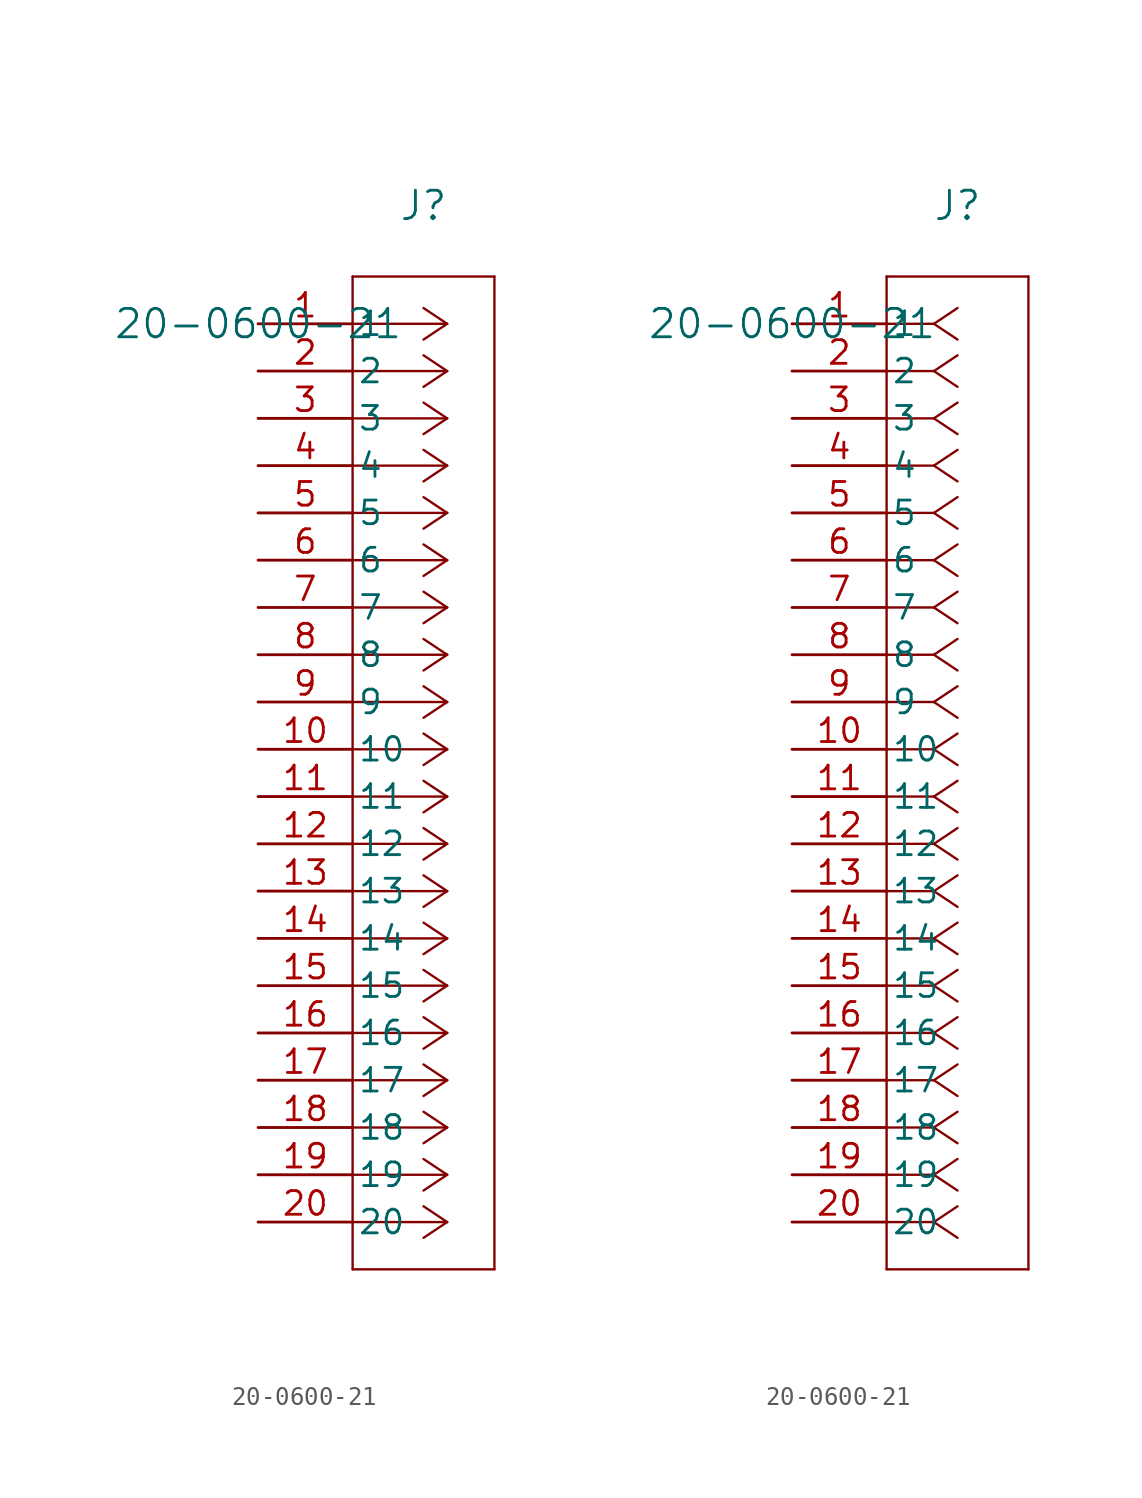
<source format=kicad_sym>
(kicad_symbol_lib
  (version 20211014)
  (generator kicad_symbol_editor)
  (symbol "20-0600-21"
    (pin_names
      (offset 0.254))
    (property "Reference" "J"
      (at 8.89 6.35 0)
      (effects (font (size 1.524 1.524))))
    (property "Value" "20-0600-21"
      (at 0 0 0)
      (effects (font (size 1.524 1.524))))
    (symbol "20-0600-21_1_1"
      (polyline (pts (xy 10.16 0) (xy 5.08 0)) (stroke (width 0.127) (type default) (color 0 0 0 0)) (fill (type none)))
      (polyline (pts (xy 10.16 -2.54) (xy 5.08 -2.54)) (stroke (width 0.127) (type default) (color 0 0 0 0)) (fill (type none)))
      (polyline (pts (xy 10.16 -5.08) (xy 5.08 -5.08)) (stroke (width 0.127) (type default) (color 0 0 0 0)) (fill (type none)))
      (polyline (pts (xy 10.16 -7.62) (xy 5.08 -7.62)) (stroke (width 0.127) (type default) (color 0 0 0 0)) (fill (type none)))
      (polyline (pts (xy 10.16 -10.16) (xy 5.08 -10.16)) (stroke (width 0.127) (type default) (color 0 0 0 0)) (fill (type none)))
      (polyline (pts (xy 10.16 -12.7) (xy 5.08 -12.7)) (stroke (width 0.127) (type default) (color 0 0 0 0)) (fill (type none)))
      (polyline (pts (xy 10.16 -15.24) (xy 5.08 -15.24)) (stroke (width 0.127) (type default) (color 0 0 0 0)) (fill (type none)))
      (polyline (pts (xy 10.16 -17.78) (xy 5.08 -17.78)) (stroke (width 0.127) (type default) (color 0 0 0 0)) (fill (type none)))
      (polyline (pts (xy 10.16 -20.32) (xy 5.08 -20.32)) (stroke (width 0.127) (type default) (color 0 0 0 0)) (fill (type none)))
      (polyline (pts (xy 10.16 -22.86) (xy 5.08 -22.86)) (stroke (width 0.127) (type default) (color 0 0 0 0)) (fill (type none)))
      (polyline (pts (xy 10.16 -25.4) (xy 5.08 -25.4)) (stroke (width 0.127) (type default) (color 0 0 0 0)) (fill (type none)))
      (polyline (pts (xy 10.16 -27.94) (xy 5.08 -27.94)) (stroke (width 0.127) (type default) (color 0 0 0 0)) (fill (type none)))
      (polyline (pts (xy 10.16 -30.48) (xy 5.08 -30.48)) (stroke (width 0.127) (type default) (color 0 0 0 0)) (fill (type none)))
      (polyline (pts (xy 10.16 -33.02) (xy 5.08 -33.02)) (stroke (width 0.127) (type default) (color 0 0 0 0)) (fill (type none)))
      (polyline (pts (xy 10.16 -35.56) (xy 5.08 -35.56)) (stroke (width 0.127) (type default) (color 0 0 0 0)) (fill (type none)))
      (polyline (pts (xy 10.16 -38.1) (xy 5.08 -38.1)) (stroke (width 0.127) (type default) (color 0 0 0 0)) (fill (type none)))
      (polyline (pts (xy 10.16 -40.64) (xy 5.08 -40.64)) (stroke (width 0.127) (type default) (color 0 0 0 0)) (fill (type none)))
      (polyline (pts (xy 10.16 -43.18) (xy 5.08 -43.18)) (stroke (width 0.127) (type default) (color 0 0 0 0)) (fill (type none)))
      (polyline (pts (xy 10.16 -45.72) (xy 5.08 -45.72)) (stroke (width 0.127) (type default) (color 0 0 0 0)) (fill (type none)))
      (polyline (pts (xy 10.16 -48.26) (xy 5.08 -48.26)) (stroke (width 0.127) (type default) (color 0 0 0 0)) (fill (type none)))
      (polyline (pts (xy 10.16 0) (xy 8.89 0.847)) (stroke (width 0.127) (type default) (color 0 0 0 0)) (fill (type none)))
      (polyline (pts (xy 10.16 -2.54) (xy 8.89 -1.693)) (stroke (width 0.127) (type default) (color 0 0 0 0)) (fill (type none)))
      (polyline (pts (xy 10.16 -5.08) (xy 8.89 -4.233)) (stroke (width 0.127) (type default) (color 0 0 0 0)) (fill (type none)))
      (polyline (pts (xy 10.16 -7.62) (xy 8.89 -6.773)) (stroke (width 0.127) (type default) (color 0 0 0 0)) (fill (type none)))
      (polyline (pts (xy 10.16 -10.16) (xy 8.89 -9.313)) (stroke (width 0.127) (type default) (color 0 0 0 0)) (fill (type none)))
      (polyline (pts (xy 10.16 -12.7) (xy 8.89 -11.853)) (stroke (width 0.127) (type default) (color 0 0 0 0)) (fill (type none)))
      (polyline (pts (xy 10.16 -15.24) (xy 8.89 -14.393)) (stroke (width 0.127) (type default) (color 0 0 0 0)) (fill (type none)))
      (polyline (pts (xy 10.16 -17.78) (xy 8.89 -16.933)) (stroke (width 0.127) (type default) (color 0 0 0 0)) (fill (type none)))
      (polyline (pts (xy 10.16 -20.32) (xy 8.89 -19.473)) (stroke (width 0.127) (type default) (color 0 0 0 0)) (fill (type none)))
      (polyline (pts (xy 10.16 -22.86) (xy 8.89 -22.013)) (stroke (width 0.127) (type default) (color 0 0 0 0)) (fill (type none)))
      (polyline (pts (xy 10.16 -25.4) (xy 8.89 -24.553)) (stroke (width 0.127) (type default) (color 0 0 0 0)) (fill (type none)))
      (polyline (pts (xy 10.16 -27.94) (xy 8.89 -27.093)) (stroke (width 0.127) (type default) (color 0 0 0 0)) (fill (type none)))
      (polyline (pts (xy 10.16 -30.48) (xy 8.89 -29.633)) (stroke (width 0.127) (type default) (color 0 0 0 0)) (fill (type none)))
      (polyline (pts (xy 10.16 -33.02) (xy 8.89 -32.173)) (stroke (width 0.127) (type default) (color 0 0 0 0)) (fill (type none)))
      (polyline (pts (xy 10.16 -35.56) (xy 8.89 -34.713)) (stroke (width 0.127) (type default) (color 0 0 0 0)) (fill (type none)))
      (polyline (pts (xy 10.16 -38.1) (xy 8.89 -37.253)) (stroke (width 0.127) (type default) (color 0 0 0 0)) (fill (type none)))
      (polyline (pts (xy 10.16 -40.64) (xy 8.89 -39.793)) (stroke (width 0.127) (type default) (color 0 0 0 0)) (fill (type none)))
      (polyline (pts (xy 10.16 -43.18) (xy 8.89 -42.333)) (stroke (width 0.127) (type default) (color 0 0 0 0)) (fill (type none)))
      (polyline (pts (xy 10.16 -45.72) (xy 8.89 -44.873)) (stroke (width 0.127) (type default) (color 0 0 0 0)) (fill (type none)))
      (polyline (pts (xy 10.16 -48.26) (xy 8.89 -47.413)) (stroke (width 0.127) (type default) (color 0 0 0 0)) (fill (type none)))
      (polyline (pts (xy 10.16 0) (xy 8.89 -0.847)) (stroke (width 0.127) (type default) (color 0 0 0 0)) (fill (type none)))
      (polyline (pts (xy 10.16 -2.54) (xy 8.89 -3.387)) (stroke (width 0.127) (type default) (color 0 0 0 0)) (fill (type none)))
      (polyline (pts (xy 10.16 -5.08) (xy 8.89 -5.927)) (stroke (width 0.127) (type default) (color 0 0 0 0)) (fill (type none)))
      (polyline (pts (xy 10.16 -7.62) (xy 8.89 -8.467)) (stroke (width 0.127) (type default) (color 0 0 0 0)) (fill (type none)))
      (polyline (pts (xy 10.16 -10.16) (xy 8.89 -11.007)) (stroke (width 0.127) (type default) (color 0 0 0 0)) (fill (type none)))
      (polyline (pts (xy 10.16 -12.7) (xy 8.89 -13.547)) (stroke (width 0.127) (type default) (color 0 0 0 0)) (fill (type none)))
      (polyline (pts (xy 10.16 -15.24) (xy 8.89 -16.087)) (stroke (width 0.127) (type default) (color 0 0 0 0)) (fill (type none)))
      (polyline (pts (xy 10.16 -17.78) (xy 8.89 -18.627)) (stroke (width 0.127) (type default) (color 0 0 0 0)) (fill (type none)))
      (polyline (pts (xy 10.16 -20.32) (xy 8.89 -21.167)) (stroke (width 0.127) (type default) (color 0 0 0 0)) (fill (type none)))
      (polyline (pts (xy 10.16 -22.86) (xy 8.89 -23.707)) (stroke (width 0.127) (type default) (color 0 0 0 0)) (fill (type none)))
      (polyline (pts (xy 10.16 -25.4) (xy 8.89 -26.247)) (stroke (width 0.127) (type default) (color 0 0 0 0)) (fill (type none)))
      (polyline (pts (xy 10.16 -27.94) (xy 8.89 -28.787)) (stroke (width 0.127) (type default) (color 0 0 0 0)) (fill (type none)))
      (polyline (pts (xy 10.16 -30.48) (xy 8.89 -31.327)) (stroke (width 0.127) (type default) (color 0 0 0 0)) (fill (type none)))
      (polyline (pts (xy 10.16 -33.02) (xy 8.89 -33.867)) (stroke (width 0.127) (type default) (color 0 0 0 0)) (fill (type none)))
      (polyline (pts (xy 10.16 -35.56) (xy 8.89 -36.407)) (stroke (width 0.127) (type default) (color 0 0 0 0)) (fill (type none)))
      (polyline (pts (xy 10.16 -38.1) (xy 8.89 -38.947)) (stroke (width 0.127) (type default) (color 0 0 0 0)) (fill (type none)))
      (polyline (pts (xy 10.16 -40.64) (xy 8.89 -41.487)) (stroke (width 0.127) (type default) (color 0 0 0 0)) (fill (type none)))
      (polyline (pts (xy 10.16 -43.18) (xy 8.89 -44.027)) (stroke (width 0.127) (type default) (color 0 0 0 0)) (fill (type none)))
      (polyline (pts (xy 10.16 -45.72) (xy 8.89 -46.567)) (stroke (width 0.127) (type default) (color 0 0 0 0)) (fill (type none)))
      (polyline (pts (xy 10.16 -48.26) (xy 8.89 -49.107)) (stroke (width 0.127) (type default) (color 0 0 0 0)) (fill (type none)))
      (polyline (pts (xy 5.08 2.54) (xy 5.08 -50.8)) (stroke (width 0.127) (type default) (color 0 0 0 0)) (fill (type none)))
      (polyline (pts (xy 5.08 -50.8) (xy 12.7 -50.8)) (stroke (width 0.127) (type default) (color 0 0 0 0)) (fill (type none)))
      (polyline (pts (xy 12.7 -50.8) (xy 12.7 2.54)) (stroke (width 0.127) (type default) (color 0 0 0 0)) (fill (type none)))
      (polyline (pts (xy 12.7 2.54) (xy 5.08 2.54)) (stroke (width 0.127) (type default) (color 0 0 0 0)) (fill (type none)))
      (pin unspecified line (at 0 0 0) (length 5.08) (name "1" (effects (font (size 1.27 1.27)))) (number "1" (effects (font (size 1.27 1.27)))))
      (pin unspecified line (at 0 -2.54 0) (length 5.08) (name "2" (effects (font (size 1.27 1.27)))) (number "2" (effects (font (size 1.27 1.27)))))
      (pin unspecified line (at 0 -5.08 0) (length 5.08) (name "3" (effects (font (size 1.27 1.27)))) (number "3" (effects (font (size 1.27 1.27)))))
      (pin unspecified line (at 0 -7.62 0) (length 5.08) (name "4" (effects (font (size 1.27 1.27)))) (number "4" (effects (font (size 1.27 1.27)))))
      (pin unspecified line (at 0 -10.16 0) (length 5.08) (name "5" (effects (font (size 1.27 1.27)))) (number "5" (effects (font (size 1.27 1.27)))))
      (pin unspecified line (at 0 -12.7 0) (length 5.08) (name "6" (effects (font (size 1.27 1.27)))) (number "6" (effects (font (size 1.27 1.27)))))
      (pin unspecified line (at 0 -15.24 0) (length 5.08) (name "7" (effects (font (size 1.27 1.27)))) (number "7" (effects (font (size 1.27 1.27)))))
      (pin unspecified line (at 0 -17.78 0) (length 5.08) (name "8" (effects (font (size 1.27 1.27)))) (number "8" (effects (font (size 1.27 1.27)))))
      (pin unspecified line (at 0 -20.32 0) (length 5.08) (name "9" (effects (font (size 1.27 1.27)))) (number "9" (effects (font (size 1.27 1.27)))))
      (pin unspecified line (at 0 -22.86 0) (length 5.08) (name "10" (effects (font (size 1.27 1.27)))) (number "10" (effects (font (size 1.27 1.27)))))
      (pin unspecified line (at 0 -25.4 0) (length 5.08) (name "11" (effects (font (size 1.27 1.27)))) (number "11" (effects (font (size 1.27 1.27)))))
      (pin unspecified line (at 0 -27.94 0) (length 5.08) (name "12" (effects (font (size 1.27 1.27)))) (number "12" (effects (font (size 1.27 1.27)))))
      (pin unspecified line (at 0 -30.48 0) (length 5.08) (name "13" (effects (font (size 1.27 1.27)))) (number "13" (effects (font (size 1.27 1.27)))))
      (pin unspecified line (at 0 -33.02 0) (length 5.08) (name "14" (effects (font (size 1.27 1.27)))) (number "14" (effects (font (size 1.27 1.27)))))
      (pin unspecified line (at 0 -35.56 0) (length 5.08) (name "15" (effects (font (size 1.27 1.27)))) (number "15" (effects (font (size 1.27 1.27)))))
      (pin unspecified line (at 0 -38.1 0) (length 5.08) (name "16" (effects (font (size 1.27 1.27)))) (number "16" (effects (font (size 1.27 1.27)))))
      (pin unspecified line (at 0 -40.64 0) (length 5.08) (name "17" (effects (font (size 1.27 1.27)))) (number "17" (effects (font (size 1.27 1.27)))))
      (pin unspecified line (at 0 -43.18 0) (length 5.08) (name "18" (effects (font (size 1.27 1.27)))) (number "18" (effects (font (size 1.27 1.27)))))
      (pin unspecified line (at 0 -45.72 0) (length 5.08) (name "19" (effects (font (size 1.27 1.27)))) (number "19" (effects (font (size 1.27 1.27)))))
      (pin unspecified line (at 0 -48.26 0) (length 5.08) (name "20" (effects (font (size 1.27 1.27)))) (number "20" (effects (font (size 1.27 1.27))))))
    (symbol "20-0600-21_1_2"
      (polyline (pts (xy 7.62 0) (xy 5.08 0)) (stroke (width 0.127) (type default) (color 0 0 0 0)) (fill (type none)))
      (polyline (pts (xy 7.62 -2.54) (xy 5.08 -2.54)) (stroke (width 0.127) (type default) (color 0 0 0 0)) (fill (type none)))
      (polyline (pts (xy 7.62 -5.08) (xy 5.08 -5.08)) (stroke (width 0.127) (type default) (color 0 0 0 0)) (fill (type none)))
      (polyline (pts (xy 7.62 -7.62) (xy 5.08 -7.62)) (stroke (width 0.127) (type default) (color 0 0 0 0)) (fill (type none)))
      (polyline (pts (xy 7.62 -10.16) (xy 5.08 -10.16)) (stroke (width 0.127) (type default) (color 0 0 0 0)) (fill (type none)))
      (polyline (pts (xy 7.62 -12.7) (xy 5.08 -12.7)) (stroke (width 0.127) (type default) (color 0 0 0 0)) (fill (type none)))
      (polyline (pts (xy 7.62 -15.24) (xy 5.08 -15.24)) (stroke (width 0.127) (type default) (color 0 0 0 0)) (fill (type none)))
      (polyline (pts (xy 7.62 -17.78) (xy 5.08 -17.78)) (stroke (width 0.127) (type default) (color 0 0 0 0)) (fill (type none)))
      (polyline (pts (xy 7.62 -20.32) (xy 5.08 -20.32)) (stroke (width 0.127) (type default) (color 0 0 0 0)) (fill (type none)))
      (polyline (pts (xy 7.62 -22.86) (xy 5.08 -22.86)) (stroke (width 0.127) (type default) (color 0 0 0 0)) (fill (type none)))
      (polyline (pts (xy 7.62 -25.4) (xy 5.08 -25.4)) (stroke (width 0.127) (type default) (color 0 0 0 0)) (fill (type none)))
      (polyline (pts (xy 7.62 -27.94) (xy 5.08 -27.94)) (stroke (width 0.127) (type default) (color 0 0 0 0)) (fill (type none)))
      (polyline (pts (xy 7.62 -30.48) (xy 5.08 -30.48)) (stroke (width 0.127) (type default) (color 0 0 0 0)) (fill (type none)))
      (polyline (pts (xy 7.62 -33.02) (xy 5.08 -33.02)) (stroke (width 0.127) (type default) (color 0 0 0 0)) (fill (type none)))
      (polyline (pts (xy 7.62 -35.56) (xy 5.08 -35.56)) (stroke (width 0.127) (type default) (color 0 0 0 0)) (fill (type none)))
      (polyline (pts (xy 7.62 -38.1) (xy 5.08 -38.1)) (stroke (width 0.127) (type default) (color 0 0 0 0)) (fill (type none)))
      (polyline (pts (xy 7.62 -40.64) (xy 5.08 -40.64)) (stroke (width 0.127) (type default) (color 0 0 0 0)) (fill (type none)))
      (polyline (pts (xy 7.62 -43.18) (xy 5.08 -43.18)) (stroke (width 0.127) (type default) (color 0 0 0 0)) (fill (type none)))
      (polyline (pts (xy 7.62 -45.72) (xy 5.08 -45.72)) (stroke (width 0.127) (type default) (color 0 0 0 0)) (fill (type none)))
      (polyline (pts (xy 7.62 -48.26) (xy 5.08 -48.26)) (stroke (width 0.127) (type default) (color 0 0 0 0)) (fill (type none)))
      (polyline (pts (xy 7.62 0) (xy 8.89 0.847)) (stroke (width 0.127) (type default) (color 0 0 0 0)) (fill (type none)))
      (polyline (pts (xy 7.62 -2.54) (xy 8.89 -1.693)) (stroke (width 0.127) (type default) (color 0 0 0 0)) (fill (type none)))
      (polyline (pts (xy 7.62 -5.08) (xy 8.89 -4.233)) (stroke (width 0.127) (type default) (color 0 0 0 0)) (fill (type none)))
      (polyline (pts (xy 7.62 -7.62) (xy 8.89 -6.773)) (stroke (width 0.127) (type default) (color 0 0 0 0)) (fill (type none)))
      (polyline (pts (xy 7.62 -10.16) (xy 8.89 -9.313)) (stroke (width 0.127) (type default) (color 0 0 0 0)) (fill (type none)))
      (polyline (pts (xy 7.62 -12.7) (xy 8.89 -11.853)) (stroke (width 0.127) (type default) (color 0 0 0 0)) (fill (type none)))
      (polyline (pts (xy 7.62 -15.24) (xy 8.89 -14.393)) (stroke (width 0.127) (type default) (color 0 0 0 0)) (fill (type none)))
      (polyline (pts (xy 7.62 -17.78) (xy 8.89 -16.933)) (stroke (width 0.127) (type default) (color 0 0 0 0)) (fill (type none)))
      (polyline (pts (xy 7.62 -20.32) (xy 8.89 -19.473)) (stroke (width 0.127) (type default) (color 0 0 0 0)) (fill (type none)))
      (polyline (pts (xy 7.62 -22.86) (xy 8.89 -22.013)) (stroke (width 0.127) (type default) (color 0 0 0 0)) (fill (type none)))
      (polyline (pts (xy 7.62 -25.4) (xy 8.89 -24.553)) (stroke (width 0.127) (type default) (color 0 0 0 0)) (fill (type none)))
      (polyline (pts (xy 7.62 -27.94) (xy 8.89 -27.093)) (stroke (width 0.127) (type default) (color 0 0 0 0)) (fill (type none)))
      (polyline (pts (xy 7.62 -30.48) (xy 8.89 -29.633)) (stroke (width 0.127) (type default) (color 0 0 0 0)) (fill (type none)))
      (polyline (pts (xy 7.62 -33.02) (xy 8.89 -32.173)) (stroke (width 0.127) (type default) (color 0 0 0 0)) (fill (type none)))
      (polyline (pts (xy 7.62 -35.56) (xy 8.89 -34.713)) (stroke (width 0.127) (type default) (color 0 0 0 0)) (fill (type none)))
      (polyline (pts (xy 7.62 -38.1) (xy 8.89 -37.253)) (stroke (width 0.127) (type default) (color 0 0 0 0)) (fill (type none)))
      (polyline (pts (xy 7.62 -40.64) (xy 8.89 -39.793)) (stroke (width 0.127) (type default) (color 0 0 0 0)) (fill (type none)))
      (polyline (pts (xy 7.62 -43.18) (xy 8.89 -42.333)) (stroke (width 0.127) (type default) (color 0 0 0 0)) (fill (type none)))
      (polyline (pts (xy 7.62 -45.72) (xy 8.89 -44.873)) (stroke (width 0.127) (type default) (color 0 0 0 0)) (fill (type none)))
      (polyline (pts (xy 7.62 -48.26) (xy 8.89 -47.413)) (stroke (width 0.127) (type default) (color 0 0 0 0)) (fill (type none)))
      (polyline (pts (xy 7.62 0) (xy 8.89 -0.847)) (stroke (width 0.127) (type default) (color 0 0 0 0)) (fill (type none)))
      (polyline (pts (xy 7.62 -2.54) (xy 8.89 -3.387)) (stroke (width 0.127) (type default) (color 0 0 0 0)) (fill (type none)))
      (polyline (pts (xy 7.62 -5.08) (xy 8.89 -5.927)) (stroke (width 0.127) (type default) (color 0 0 0 0)) (fill (type none)))
      (polyline (pts (xy 7.62 -7.62) (xy 8.89 -8.467)) (stroke (width 0.127) (type default) (color 0 0 0 0)) (fill (type none)))
      (polyline (pts (xy 7.62 -10.16) (xy 8.89 -11.007)) (stroke (width 0.127) (type default) (color 0 0 0 0)) (fill (type none)))
      (polyline (pts (xy 7.62 -12.7) (xy 8.89 -13.547)) (stroke (width 0.127) (type default) (color 0 0 0 0)) (fill (type none)))
      (polyline (pts (xy 7.62 -15.24) (xy 8.89 -16.087)) (stroke (width 0.127) (type default) (color 0 0 0 0)) (fill (type none)))
      (polyline (pts (xy 7.62 -17.78) (xy 8.89 -18.627)) (stroke (width 0.127) (type default) (color 0 0 0 0)) (fill (type none)))
      (polyline (pts (xy 7.62 -20.32) (xy 8.89 -21.167)) (stroke (width 0.127) (type default) (color 0 0 0 0)) (fill (type none)))
      (polyline (pts (xy 7.62 -22.86) (xy 8.89 -23.707)) (stroke (width 0.127) (type default) (color 0 0 0 0)) (fill (type none)))
      (polyline (pts (xy 7.62 -25.4) (xy 8.89 -26.247)) (stroke (width 0.127) (type default) (color 0 0 0 0)) (fill (type none)))
      (polyline (pts (xy 7.62 -27.94) (xy 8.89 -28.787)) (stroke (width 0.127) (type default) (color 0 0 0 0)) (fill (type none)))
      (polyline (pts (xy 7.62 -30.48) (xy 8.89 -31.327)) (stroke (width 0.127) (type default) (color 0 0 0 0)) (fill (type none)))
      (polyline (pts (xy 7.62 -33.02) (xy 8.89 -33.867)) (stroke (width 0.127) (type default) (color 0 0 0 0)) (fill (type none)))
      (polyline (pts (xy 7.62 -35.56) (xy 8.89 -36.407)) (stroke (width 0.127) (type default) (color 0 0 0 0)) (fill (type none)))
      (polyline (pts (xy 7.62 -38.1) (xy 8.89 -38.947)) (stroke (width 0.127) (type default) (color 0 0 0 0)) (fill (type none)))
      (polyline (pts (xy 7.62 -40.64) (xy 8.89 -41.487)) (stroke (width 0.127) (type default) (color 0 0 0 0)) (fill (type none)))
      (polyline (pts (xy 7.62 -43.18) (xy 8.89 -44.027)) (stroke (width 0.127) (type default) (color 0 0 0 0)) (fill (type none)))
      (polyline (pts (xy 7.62 -45.72) (xy 8.89 -46.567)) (stroke (width 0.127) (type default) (color 0 0 0 0)) (fill (type none)))
      (polyline (pts (xy 7.62 -48.26) (xy 8.89 -49.107)) (stroke (width 0.127) (type default) (color 0 0 0 0)) (fill (type none)))
      (polyline (pts (xy 5.08 2.54) (xy 5.08 -50.8)) (stroke (width 0.127) (type default) (color 0 0 0 0)) (fill (type none)))
      (polyline (pts (xy 5.08 -50.8) (xy 12.7 -50.8)) (stroke (width 0.127) (type default) (color 0 0 0 0)) (fill (type none)))
      (polyline (pts (xy 12.7 -50.8) (xy 12.7 2.54)) (stroke (width 0.127) (type default) (color 0 0 0 0)) (fill (type none)))
      (polyline (pts (xy 12.7 2.54) (xy 5.08 2.54)) (stroke (width 0.127) (type default) (color 0 0 0 0)) (fill (type none)))
      (pin unspecified line (at 0 0 0) (length 5.08) (name "1" (effects (font (size 1.27 1.27)))) (number "1" (effects (font (size 1.27 1.27)))))
      (pin unspecified line (at 0 -2.54 0) (length 5.08) (name "2" (effects (font (size 1.27 1.27)))) (number "2" (effects (font (size 1.27 1.27)))))
      (pin unspecified line (at 0 -5.08 0) (length 5.08) (name "3" (effects (font (size 1.27 1.27)))) (number "3" (effects (font (size 1.27 1.27)))))
      (pin unspecified line (at 0 -7.62 0) (length 5.08) (name "4" (effects (font (size 1.27 1.27)))) (number "4" (effects (font (size 1.27 1.27)))))
      (pin unspecified line (at 0 -10.16 0) (length 5.08) (name "5" (effects (font (size 1.27 1.27)))) (number "5" (effects (font (size 1.27 1.27)))))
      (pin unspecified line (at 0 -12.7 0) (length 5.08) (name "6" (effects (font (size 1.27 1.27)))) (number "6" (effects (font (size 1.27 1.27)))))
      (pin unspecified line (at 0 -15.24 0) (length 5.08) (name "7" (effects (font (size 1.27 1.27)))) (number "7" (effects (font (size 1.27 1.27)))))
      (pin unspecified line (at 0 -17.78 0) (length 5.08) (name "8" (effects (font (size 1.27 1.27)))) (number "8" (effects (font (size 1.27 1.27)))))
      (pin unspecified line (at 0 -20.32 0) (length 5.08) (name "9" (effects (font (size 1.27 1.27)))) (number "9" (effects (font (size 1.27 1.27)))))
      (pin unspecified line (at 0 -22.86 0) (length 5.08) (name "10" (effects (font (size 1.27 1.27)))) (number "10" (effects (font (size 1.27 1.27)))))
      (pin unspecified line (at 0 -25.4 0) (length 5.08) (name "11" (effects (font (size 1.27 1.27)))) (number "11" (effects (font (size 1.27 1.27)))))
      (pin unspecified line (at 0 -27.94 0) (length 5.08) (name "12" (effects (font (size 1.27 1.27)))) (number "12" (effects (font (size 1.27 1.27)))))
      (pin unspecified line (at 0 -30.48 0) (length 5.08) (name "13" (effects (font (size 1.27 1.27)))) (number "13" (effects (font (size 1.27 1.27)))))
      (pin unspecified line (at 0 -33.02 0) (length 5.08) (name "14" (effects (font (size 1.27 1.27)))) (number "14" (effects (font (size 1.27 1.27)))))
      (pin unspecified line (at 0 -35.56 0) (length 5.08) (name "15" (effects (font (size 1.27 1.27)))) (number "15" (effects (font (size 1.27 1.27)))))
      (pin unspecified line (at 0 -38.1 0) (length 5.08) (name "16" (effects (font (size 1.27 1.27)))) (number "16" (effects (font (size 1.27 1.27)))))
      (pin unspecified line (at 0 -40.64 0) (length 5.08) (name "17" (effects (font (size 1.27 1.27)))) (number "17" (effects (font (size 1.27 1.27)))))
      (pin unspecified line (at 0 -43.18 0) (length 5.08) (name "18" (effects (font (size 1.27 1.27)))) (number "18" (effects (font (size 1.27 1.27)))))
      (pin unspecified line (at 0 -45.72 0) (length 5.08) (name "19" (effects (font (size 1.27 1.27)))) (number "19" (effects (font (size 1.27 1.27)))))
      (pin unspecified line (at 0 -48.26 0) (length 5.08) (name "20" (effects (font (size 1.27 1.27)))) (number "20" (effects (font (size 1.27 1.27))))))))
</source>
